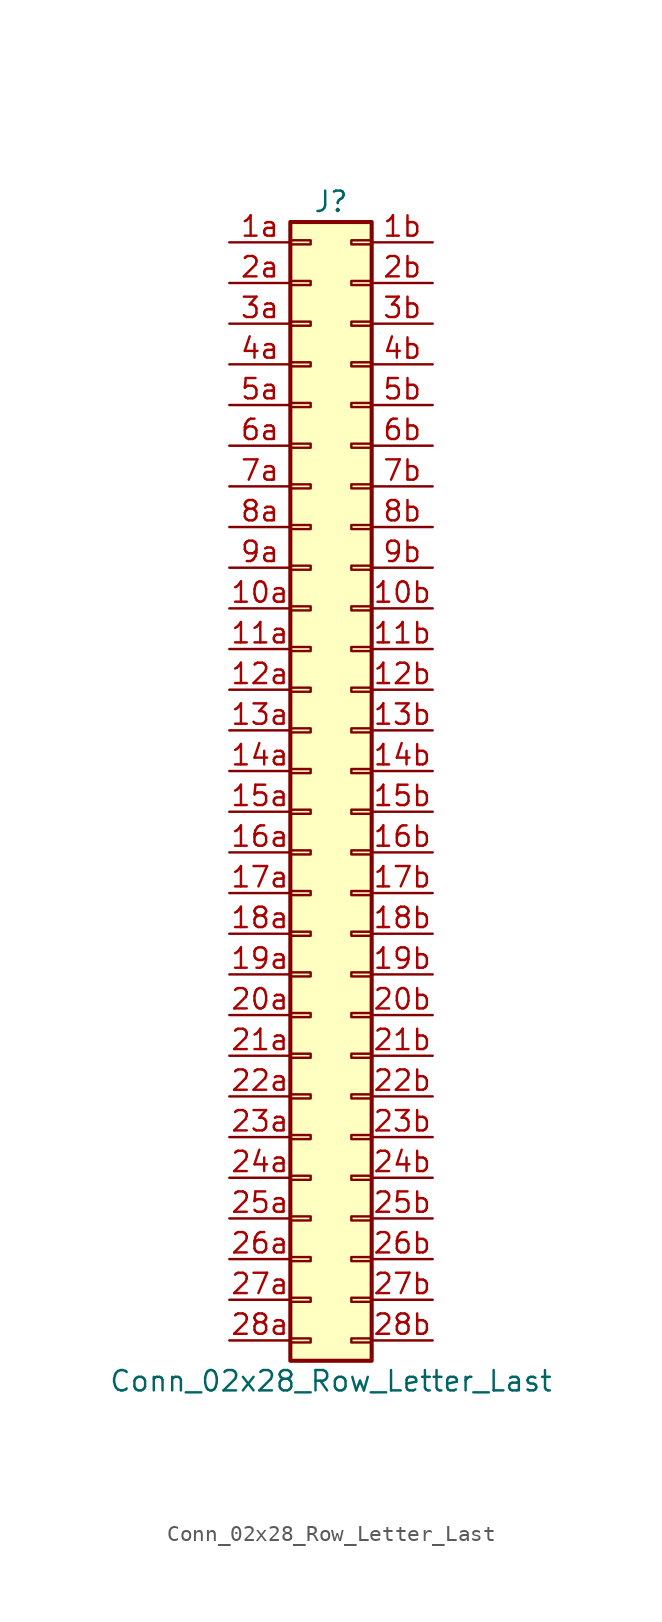
<source format=kicad_sym>
(kicad_symbol_lib
  (version 20220914)
  (generator kicad_symbol_editor)
  (symbol "Conn_02x28_Row_Letter_Last"
    (pin_names
      (offset 1.016) hide)
    (property "Reference" "J"
      (at 1.27 35.56 0)
      (effects (font (size 1.27 1.27))))
    (property "Value" "Conn_02x28_Row_Letter_Last"
      (at 1.27 -38.1 0)
      (effects (font (size 1.27 1.27))))
    (symbol "Conn_02x28_Row_Letter_Last_1_1"
      (rectangle (start -1.27 -35.433) (end 0 -35.687) (stroke (width 0.152) (type solid)) (fill (type none)))
      (rectangle (start -1.27 -32.893) (end 0 -33.147) (stroke (width 0.152) (type solid)) (fill (type none)))
      (rectangle (start -1.27 -30.353) (end 0 -30.607) (stroke (width 0.152) (type solid)) (fill (type none)))
      (rectangle (start -1.27 -27.813) (end 0 -28.067) (stroke (width 0.152) (type solid)) (fill (type none)))
      (rectangle (start -1.27 -25.273) (end 0 -25.527) (stroke (width 0.152) (type solid)) (fill (type none)))
      (rectangle (start -1.27 -22.733) (end 0 -22.987) (stroke (width 0.152) (type solid)) (fill (type none)))
      (rectangle (start -1.27 -20.193) (end 0 -20.447) (stroke (width 0.152) (type solid)) (fill (type none)))
      (rectangle (start -1.27 -17.653) (end 0 -17.907) (stroke (width 0.152) (type solid)) (fill (type none)))
      (rectangle (start -1.27 -15.113) (end 0 -15.367) (stroke (width 0.152) (type solid)) (fill (type none)))
      (rectangle (start -1.27 -12.573) (end 0 -12.827) (stroke (width 0.152) (type solid)) (fill (type none)))
      (rectangle (start -1.27 -10.033) (end 0 -10.287) (stroke (width 0.152) (type solid)) (fill (type none)))
      (rectangle (start -1.27 -7.493) (end 0 -7.747) (stroke (width 0.152) (type solid)) (fill (type none)))
      (rectangle (start -1.27 -4.953) (end 0 -5.207) (stroke (width 0.152) (type solid)) (fill (type none)))
      (rectangle (start -1.27 -2.413) (end 0 -2.667) (stroke (width 0.152) (type solid)) (fill (type none)))
      (rectangle (start -1.27 0.127) (end 0 -0.127) (stroke (width 0.152) (type solid)) (fill (type none)))
      (rectangle (start -1.27 2.667) (end 0 2.413) (stroke (width 0.152) (type solid)) (fill (type none)))
      (rectangle (start -1.27 5.207) (end 0 4.953) (stroke (width 0.152) (type solid)) (fill (type none)))
      (rectangle (start -1.27 7.747) (end 0 7.493) (stroke (width 0.152) (type solid)) (fill (type none)))
      (rectangle (start -1.27 10.287) (end 0 10.033) (stroke (width 0.152) (type solid)) (fill (type none)))
      (rectangle (start -1.27 12.827) (end 0 12.573) (stroke (width 0.152) (type solid)) (fill (type none)))
      (rectangle (start -1.27 15.367) (end 0 15.113) (stroke (width 0.152) (type solid)) (fill (type none)))
      (rectangle (start -1.27 17.907) (end 0 17.653) (stroke (width 0.152) (type solid)) (fill (type none)))
      (rectangle (start -1.27 20.447) (end 0 20.193) (stroke (width 0.152) (type solid)) (fill (type none)))
      (rectangle (start -1.27 22.987) (end 0 22.733) (stroke (width 0.152) (type solid)) (fill (type none)))
      (rectangle (start -1.27 25.527) (end 0 25.273) (stroke (width 0.152) (type solid)) (fill (type none)))
      (rectangle (start -1.27 28.067) (end 0 27.813) (stroke (width 0.152) (type solid)) (fill (type none)))
      (rectangle (start -1.27 30.607) (end 0 30.353) (stroke (width 0.152) (type solid)) (fill (type none)))
      (rectangle (start -1.27 33.147) (end 0 32.893) (stroke (width 0.152) (type solid)) (fill (type none)))
      (rectangle (start -1.27 34.29) (end 3.81 -36.83) (stroke (width 0.254) (type solid)) (fill (type background)))
      (rectangle (start 3.81 -35.433) (end 2.54 -35.687) (stroke (width 0.152) (type solid)) (fill (type none)))
      (rectangle (start 3.81 -32.893) (end 2.54 -33.147) (stroke (width 0.152) (type solid)) (fill (type none)))
      (rectangle (start 3.81 -30.353) (end 2.54 -30.607) (stroke (width 0.152) (type solid)) (fill (type none)))
      (rectangle (start 3.81 -27.813) (end 2.54 -28.067) (stroke (width 0.152) (type solid)) (fill (type none)))
      (rectangle (start 3.81 -25.273) (end 2.54 -25.527) (stroke (width 0.152) (type solid)) (fill (type none)))
      (rectangle (start 3.81 -22.733) (end 2.54 -22.987) (stroke (width 0.152) (type solid)) (fill (type none)))
      (rectangle (start 3.81 -20.193) (end 2.54 -20.447) (stroke (width 0.152) (type solid)) (fill (type none)))
      (rectangle (start 3.81 -17.653) (end 2.54 -17.907) (stroke (width 0.152) (type solid)) (fill (type none)))
      (rectangle (start 3.81 -15.113) (end 2.54 -15.367) (stroke (width 0.152) (type solid)) (fill (type none)))
      (rectangle (start 3.81 -12.573) (end 2.54 -12.827) (stroke (width 0.152) (type solid)) (fill (type none)))
      (rectangle (start 3.81 -10.033) (end 2.54 -10.287) (stroke (width 0.152) (type solid)) (fill (type none)))
      (rectangle (start 3.81 -7.493) (end 2.54 -7.747) (stroke (width 0.152) (type solid)) (fill (type none)))
      (rectangle (start 3.81 -4.953) (end 2.54 -5.207) (stroke (width 0.152) (type solid)) (fill (type none)))
      (rectangle (start 3.81 -2.413) (end 2.54 -2.667) (stroke (width 0.152) (type solid)) (fill (type none)))
      (rectangle (start 3.81 0.127) (end 2.54 -0.127) (stroke (width 0.152) (type solid)) (fill (type none)))
      (rectangle (start 3.81 2.667) (end 2.54 2.413) (stroke (width 0.152) (type solid)) (fill (type none)))
      (rectangle (start 3.81 5.207) (end 2.54 4.953) (stroke (width 0.152) (type solid)) (fill (type none)))
      (rectangle (start 3.81 7.747) (end 2.54 7.493) (stroke (width 0.152) (type solid)) (fill (type none)))
      (rectangle (start 3.81 10.287) (end 2.54 10.033) (stroke (width 0.152) (type solid)) (fill (type none)))
      (rectangle (start 3.81 12.827) (end 2.54 12.573) (stroke (width 0.152) (type solid)) (fill (type none)))
      (rectangle (start 3.81 15.367) (end 2.54 15.113) (stroke (width 0.152) (type solid)) (fill (type none)))
      (rectangle (start 3.81 17.907) (end 2.54 17.653) (stroke (width 0.152) (type solid)) (fill (type none)))
      (rectangle (start 3.81 20.447) (end 2.54 20.193) (stroke (width 0.152) (type solid)) (fill (type none)))
      (rectangle (start 3.81 22.987) (end 2.54 22.733) (stroke (width 0.152) (type solid)) (fill (type none)))
      (rectangle (start 3.81 25.527) (end 2.54 25.273) (stroke (width 0.152) (type solid)) (fill (type none)))
      (rectangle (start 3.81 28.067) (end 2.54 27.813) (stroke (width 0.152) (type solid)) (fill (type none)))
      (rectangle (start 3.81 30.607) (end 2.54 30.353) (stroke (width 0.152) (type solid)) (fill (type none)))
      (rectangle (start 3.81 33.147) (end 2.54 32.893) (stroke (width 0.152) (type solid)) (fill (type none)))
      (pin passive line (at -5.08 10.16 0) (length 3.81) (name "Pin_10a" (effects (font (size 1.27 1.27)))) (number "10a" (effects (font (size 1.27 1.27)))))
      (pin passive line (at 7.62 10.16 180) (length 3.81) (name "Pin_10b" (effects (font (size 1.27 1.27)))) (number "10b" (effects (font (size 1.27 1.27)))))
      (pin passive line (at -5.08 7.62 0) (length 3.81) (name "Pin_11a" (effects (font (size 1.27 1.27)))) (number "11a" (effects (font (size 1.27 1.27)))))
      (pin passive line (at 7.62 7.62 180) (length 3.81) (name "Pin_11b" (effects (font (size 1.27 1.27)))) (number "11b" (effects (font (size 1.27 1.27)))))
      (pin passive line (at -5.08 5.08 0) (length 3.81) (name "Pin_12a" (effects (font (size 1.27 1.27)))) (number "12a" (effects (font (size 1.27 1.27)))))
      (pin passive line (at 7.62 5.08 180) (length 3.81) (name "Pin_12b" (effects (font (size 1.27 1.27)))) (number "12b" (effects (font (size 1.27 1.27)))))
      (pin passive line (at -5.08 2.54 0) (length 3.81) (name "Pin_13a" (effects (font (size 1.27 1.27)))) (number "13a" (effects (font (size 1.27 1.27)))))
      (pin passive line (at 7.62 2.54 180) (length 3.81) (name "Pin_13b" (effects (font (size 1.27 1.27)))) (number "13b" (effects (font (size 1.27 1.27)))))
      (pin passive line (at -5.08 0 0) (length 3.81) (name "Pin_14a" (effects (font (size 1.27 1.27)))) (number "14a" (effects (font (size 1.27 1.27)))))
      (pin passive line (at 7.62 0 180) (length 3.81) (name "Pin_14b" (effects (font (size 1.27 1.27)))) (number "14b" (effects (font (size 1.27 1.27)))))
      (pin passive line (at -5.08 -2.54 0) (length 3.81) (name "Pin_15a" (effects (font (size 1.27 1.27)))) (number "15a" (effects (font (size 1.27 1.27)))))
      (pin passive line (at 7.62 -2.54 180) (length 3.81) (name "Pin_15b" (effects (font (size 1.27 1.27)))) (number "15b" (effects (font (size 1.27 1.27)))))
      (pin passive line (at -5.08 -5.08 0) (length 3.81) (name "Pin_16a" (effects (font (size 1.27 1.27)))) (number "16a" (effects (font (size 1.27 1.27)))))
      (pin passive line (at 7.62 -5.08 180) (length 3.81) (name "Pin_16b" (effects (font (size 1.27 1.27)))) (number "16b" (effects (font (size 1.27 1.27)))))
      (pin passive line (at -5.08 -7.62 0) (length 3.81) (name "Pin_17a" (effects (font (size 1.27 1.27)))) (number "17a" (effects (font (size 1.27 1.27)))))
      (pin passive line (at 7.62 -7.62 180) (length 3.81) (name "Pin_17b" (effects (font (size 1.27 1.27)))) (number "17b" (effects (font (size 1.27 1.27)))))
      (pin passive line (at -5.08 -10.16 0) (length 3.81) (name "Pin_18a" (effects (font (size 1.27 1.27)))) (number "18a" (effects (font (size 1.27 1.27)))))
      (pin passive line (at 7.62 -10.16 180) (length 3.81) (name "Pin_18b" (effects (font (size 1.27 1.27)))) (number "18b" (effects (font (size 1.27 1.27)))))
      (pin passive line (at -5.08 -12.7 0) (length 3.81) (name "Pin_19a" (effects (font (size 1.27 1.27)))) (number "19a" (effects (font (size 1.27 1.27)))))
      (pin passive line (at 7.62 -12.7 180) (length 3.81) (name "Pin_19b" (effects (font (size 1.27 1.27)))) (number "19b" (effects (font (size 1.27 1.27)))))
      (pin passive line (at -5.08 33.02 0) (length 3.81) (name "Pin_1a" (effects (font (size 1.27 1.27)))) (number "1a" (effects (font (size 1.27 1.27)))))
      (pin passive line (at 7.62 33.02 180) (length 3.81) (name "Pin_1b" (effects (font (size 1.27 1.27)))) (number "1b" (effects (font (size 1.27 1.27)))))
      (pin passive line (at -5.08 -15.24 0) (length 3.81) (name "Pin_20a" (effects (font (size 1.27 1.27)))) (number "20a" (effects (font (size 1.27 1.27)))))
      (pin passive line (at 7.62 -15.24 180) (length 3.81) (name "Pin_20b" (effects (font (size 1.27 1.27)))) (number "20b" (effects (font (size 1.27 1.27)))))
      (pin passive line (at -5.08 -17.78 0) (length 3.81) (name "Pin_21a" (effects (font (size 1.27 1.27)))) (number "21a" (effects (font (size 1.27 1.27)))))
      (pin passive line (at 7.62 -17.78 180) (length 3.81) (name "Pin_21b" (effects (font (size 1.27 1.27)))) (number "21b" (effects (font (size 1.27 1.27)))))
      (pin passive line (at -5.08 -20.32 0) (length 3.81) (name "Pin_22a" (effects (font (size 1.27 1.27)))) (number "22a" (effects (font (size 1.27 1.27)))))
      (pin passive line (at 7.62 -20.32 180) (length 3.81) (name "Pin_22b" (effects (font (size 1.27 1.27)))) (number "22b" (effects (font (size 1.27 1.27)))))
      (pin passive line (at -5.08 -22.86 0) (length 3.81) (name "Pin_23a" (effects (font (size 1.27 1.27)))) (number "23a" (effects (font (size 1.27 1.27)))))
      (pin passive line (at 7.62 -22.86 180) (length 3.81) (name "Pin_23b" (effects (font (size 1.27 1.27)))) (number "23b" (effects (font (size 1.27 1.27)))))
      (pin passive line (at -5.08 -25.4 0) (length 3.81) (name "Pin_24a" (effects (font (size 1.27 1.27)))) (number "24a" (effects (font (size 1.27 1.27)))))
      (pin passive line (at 7.62 -25.4 180) (length 3.81) (name "Pin_24b" (effects (font (size 1.27 1.27)))) (number "24b" (effects (font (size 1.27 1.27)))))
      (pin passive line (at -5.08 -27.94 0) (length 3.81) (name "Pin_25a" (effects (font (size 1.27 1.27)))) (number "25a" (effects (font (size 1.27 1.27)))))
      (pin passive line (at 7.62 -27.94 180) (length 3.81) (name "Pin_25b" (effects (font (size 1.27 1.27)))) (number "25b" (effects (font (size 1.27 1.27)))))
      (pin passive line (at -5.08 -30.48 0) (length 3.81) (name "Pin_26a" (effects (font (size 1.27 1.27)))) (number "26a" (effects (font (size 1.27 1.27)))))
      (pin passive line (at 7.62 -30.48 180) (length 3.81) (name "Pin_26b" (effects (font (size 1.27 1.27)))) (number "26b" (effects (font (size 1.27 1.27)))))
      (pin passive line (at -5.08 -33.02 0) (length 3.81) (name "Pin_27a" (effects (font (size 1.27 1.27)))) (number "27a" (effects (font (size 1.27 1.27)))))
      (pin passive line (at 7.62 -33.02 180) (length 3.81) (name "Pin_27b" (effects (font (size 1.27 1.27)))) (number "27b" (effects (font (size 1.27 1.27)))))
      (pin passive line (at -5.08 -35.56 0) (length 3.81) (name "Pin_28a" (effects (font (size 1.27 1.27)))) (number "28a" (effects (font (size 1.27 1.27)))))
      (pin passive line (at 7.62 -35.56 180) (length 3.81) (name "Pin_28b" (effects (font (size 1.27 1.27)))) (number "28b" (effects (font (size 1.27 1.27)))))
      (pin passive line (at -5.08 30.48 0) (length 3.81) (name "Pin_2a" (effects (font (size 1.27 1.27)))) (number "2a" (effects (font (size 1.27 1.27)))))
      (pin passive line (at 7.62 30.48 180) (length 3.81) (name "Pin_2b" (effects (font (size 1.27 1.27)))) (number "2b" (effects (font (size 1.27 1.27)))))
      (pin passive line (at -5.08 27.94 0) (length 3.81) (name "Pin_3a" (effects (font (size 1.27 1.27)))) (number "3a" (effects (font (size 1.27 1.27)))))
      (pin passive line (at 7.62 27.94 180) (length 3.81) (name "Pin_3b" (effects (font (size 1.27 1.27)))) (number "3b" (effects (font (size 1.27 1.27)))))
      (pin passive line (at -5.08 25.4 0) (length 3.81) (name "Pin_4a" (effects (font (size 1.27 1.27)))) (number "4a" (effects (font (size 1.27 1.27)))))
      (pin passive line (at 7.62 25.4 180) (length 3.81) (name "Pin_4b" (effects (font (size 1.27 1.27)))) (number "4b" (effects (font (size 1.27 1.27)))))
      (pin passive line (at -5.08 22.86 0) (length 3.81) (name "Pin_5a" (effects (font (size 1.27 1.27)))) (number "5a" (effects (font (size 1.27 1.27)))))
      (pin passive line (at 7.62 22.86 180) (length 3.81) (name "Pin_5b" (effects (font (size 1.27 1.27)))) (number "5b" (effects (font (size 1.27 1.27)))))
      (pin passive line (at -5.08 20.32 0) (length 3.81) (name "Pin_6a" (effects (font (size 1.27 1.27)))) (number "6a" (effects (font (size 1.27 1.27)))))
      (pin passive line (at 7.62 20.32 180) (length 3.81) (name "Pin_6b" (effects (font (size 1.27 1.27)))) (number "6b" (effects (font (size 1.27 1.27)))))
      (pin passive line (at -5.08 17.78 0) (length 3.81) (name "Pin_7a" (effects (font (size 1.27 1.27)))) (number "7a" (effects (font (size 1.27 1.27)))))
      (pin passive line (at 7.62 17.78 180) (length 3.81) (name "Pin_7b" (effects (font (size 1.27 1.27)))) (number "7b" (effects (font (size 1.27 1.27)))))
      (pin passive line (at -5.08 15.24 0) (length 3.81) (name "Pin_8a" (effects (font (size 1.27 1.27)))) (number "8a" (effects (font (size 1.27 1.27)))))
      (pin passive line (at 7.62 15.24 180) (length 3.81) (name "Pin_8b" (effects (font (size 1.27 1.27)))) (number "8b" (effects (font (size 1.27 1.27)))))
      (pin passive line (at -5.08 12.7 0) (length 3.81) (name "Pin_9a" (effects (font (size 1.27 1.27)))) (number "9a" (effects (font (size 1.27 1.27)))))
      (pin passive line (at 7.62 12.7 180) (length 3.81) (name "Pin_9b" (effects (font (size 1.27 1.27)))) (number "9b" (effects (font (size 1.27 1.27))))))))
</source>
